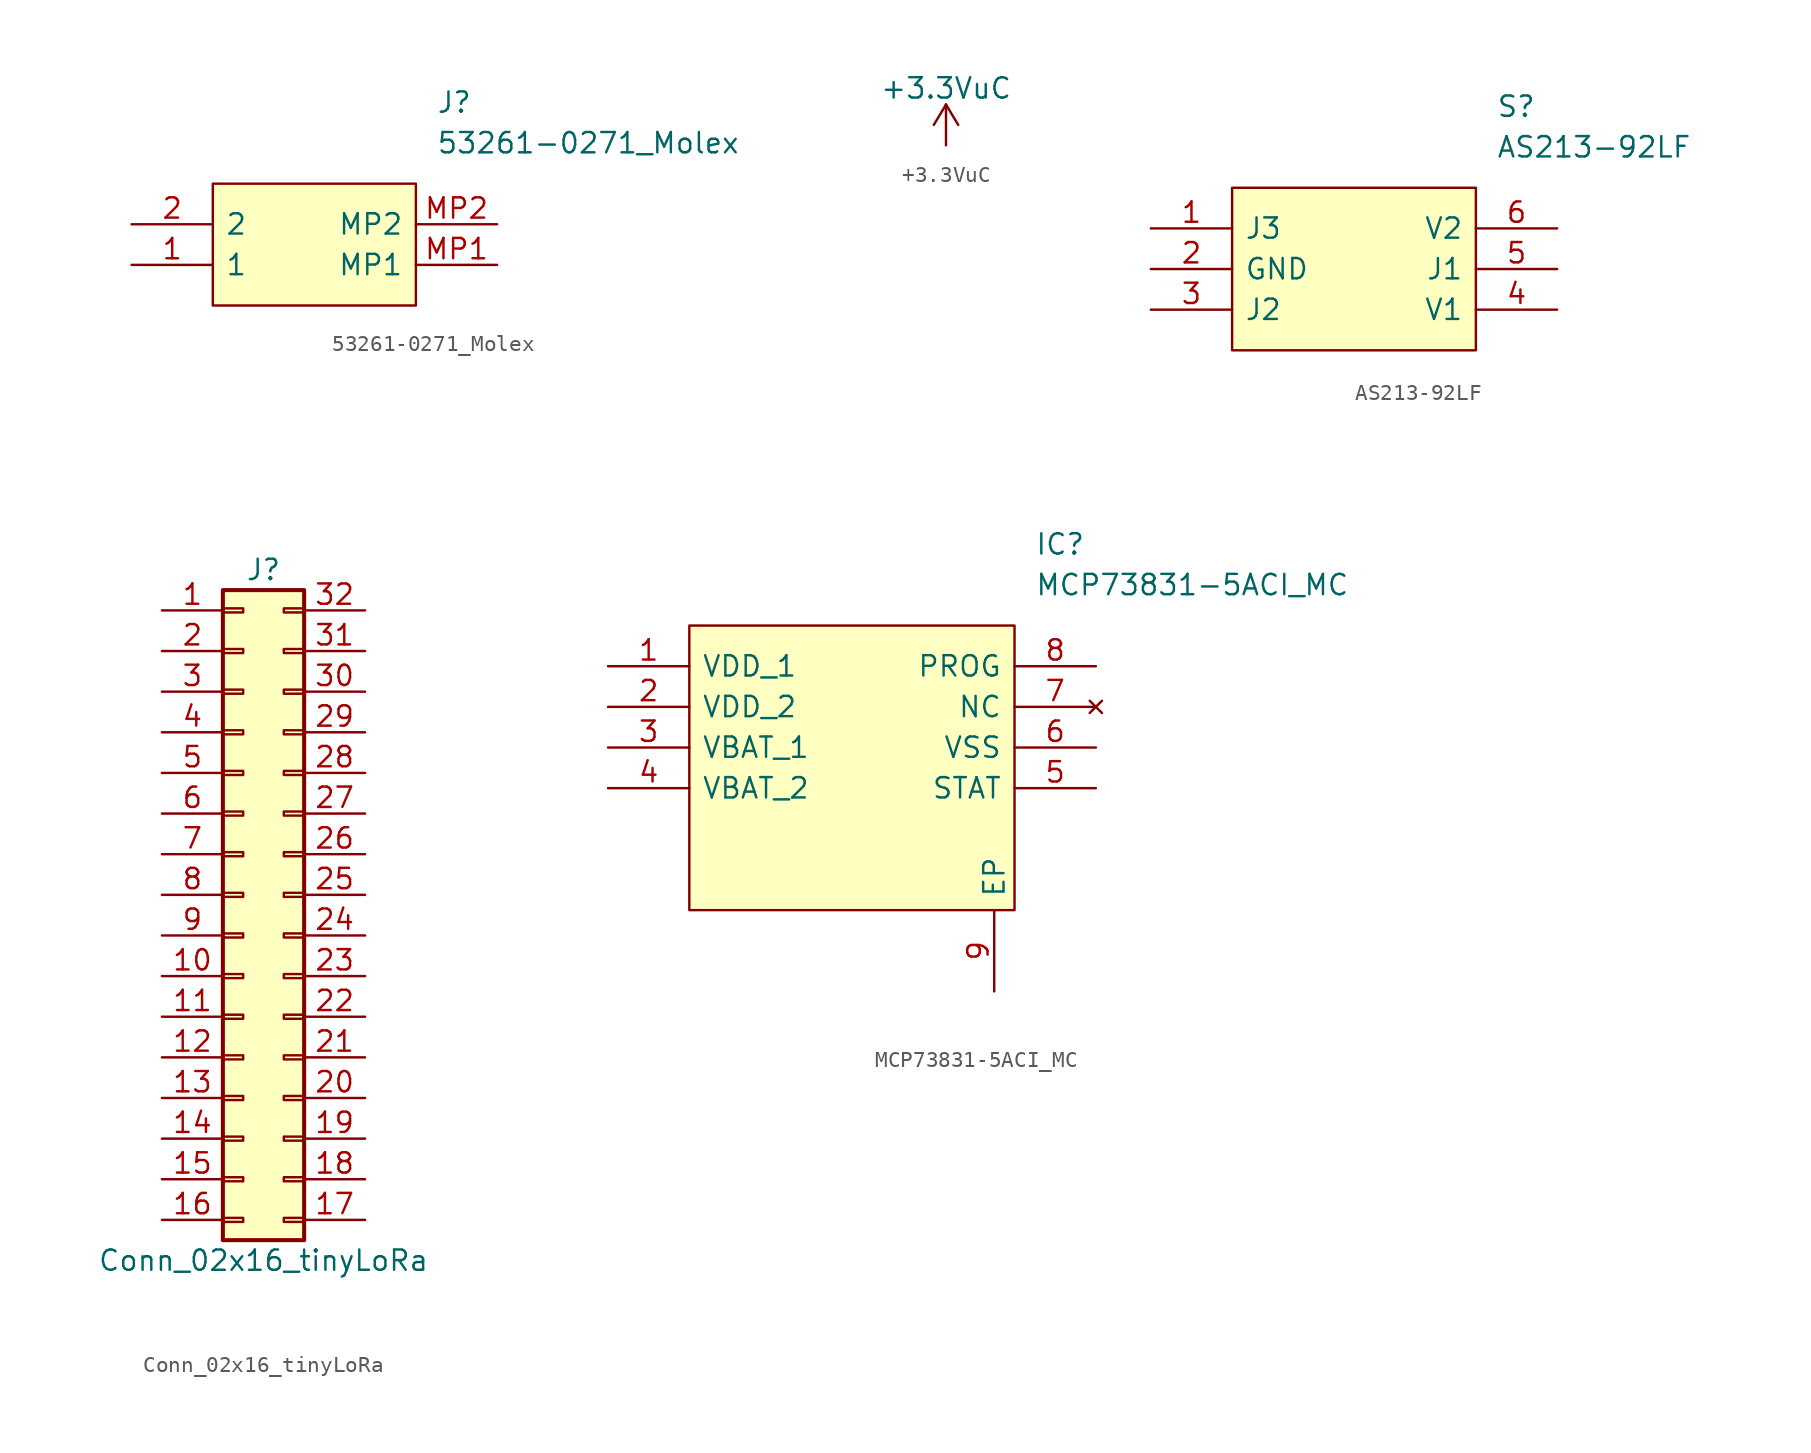
<source format=kicad_sym>
(kicad_symbol_lib
  (version 20211014)
  (generator kicad_symbol_editor)
  (symbol "53261-0271_Molex"
    (pin_names
      (offset 0.762))
    (property "Reference" "J"
      (at 19.05 7.62 0)
      (effects (font (size 1.27 1.27)) (justify left)))
    (property "Value" "53261-0271_Molex"
      (at 19.05 5.08 0)
      (effects (font (size 1.27 1.27)) (justify left)))
    (symbol "53261-0271_Molex_0_0"
      (pin passive line (at 0 -2.54 0) (length 5.08) (name "1" (effects (font (size 1.27 1.27)))) (number "1" (effects (font (size 1.27 1.27)))))
      (pin passive line (at 0 0 0) (length 5.08) (name "2" (effects (font (size 1.27 1.27)))) (number "2" (effects (font (size 1.27 1.27)))))
      (pin passive line (at 22.86 -2.54 180) (length 5.08) (name "MP1" (effects (font (size 1.27 1.27)))) (number "MP1" (effects (font (size 1.27 1.27)))))
      (pin passive line (at 22.86 0 180) (length 5.08) (name "MP2" (effects (font (size 1.27 1.27)))) (number "MP2" (effects (font (size 1.27 1.27))))))
    (symbol "53261-0271_Molex_0_1"
      (polyline (pts (xy 5.08 2.54) (xy 17.78 2.54) (xy 17.78 -5.08) (xy 5.08 -5.08) (xy 5.08 2.54)) (stroke (width 0.152) (type default) (color 0 0 0 0)) (fill (type background)))))
  (symbol "+3.3VuC"
    (power)
    (pin_names
      (offset 0))
    (property "Reference" "#PWR"
      (at 0 -3.81 0)
      (effects (font (size 1.27 1.27)) hide))
    (property "Value" "+3.3VuC"
      (at 0 3.556 0)
      (effects (font (size 1.27 1.27))))
    (symbol "+3.3VuC_0_1"
      (polyline (pts (xy -0.762 1.27) (xy 0 2.54)) (stroke (width 0) (type default) (color 0 0 0 0)) (fill (type none)))
      (polyline (pts (xy 0 0) (xy 0 2.54)) (stroke (width 0) (type default) (color 0 0 0 0)) (fill (type none)))
      (polyline (pts (xy 0 2.54) (xy 0.762 1.27)) (stroke (width 0) (type default) (color 0 0 0 0)) (fill (type none))))
    (symbol "+3.3VuC_1_1"
      (pin power_in line (at 0 0 90) (length 0) hide (name "+3V3uC" (effects (font (size 1.27 1.27)))) (number "1" (effects (font (size 1.27 1.27)))))))
  (symbol "AS213-92LF"
    (pin_names
      (offset 0.762))
    (property "Reference" "S"
      (at 21.59 7.62 0)
      (effects (font (size 1.27 1.27)) (justify left)))
    (property "Value" "AS213-92LF"
      (at 21.59 5.08 0)
      (effects (font (size 1.27 1.27)) (justify left)))
    (symbol "AS213-92LF_0_0"
      (pin bidirectional line (at 0 0 0) (length 5.08) (name "J3" (effects (font (size 1.27 1.27)))) (number "1" (effects (font (size 1.27 1.27)))))
      (pin power_in line (at 0 -2.54 0) (length 5.08) (name "GND" (effects (font (size 1.27 1.27)))) (number "2" (effects (font (size 1.27 1.27)))))
      (pin bidirectional line (at 0 -5.08 0) (length 5.08) (name "J2" (effects (font (size 1.27 1.27)))) (number "3" (effects (font (size 1.27 1.27)))))
      (pin power_in line (at 25.4 -5.08 180) (length 5.08) (name "V1" (effects (font (size 1.27 1.27)))) (number "4" (effects (font (size 1.27 1.27)))))
      (pin bidirectional line (at 25.4 -2.54 180) (length 5.08) (name "J1" (effects (font (size 1.27 1.27)))) (number "5" (effects (font (size 1.27 1.27)))))
      (pin power_in line (at 25.4 0 180) (length 5.08) (name "V2" (effects (font (size 1.27 1.27)))) (number "6" (effects (font (size 1.27 1.27))))))
    (symbol "AS213-92LF_0_1"
      (polyline (pts (xy 5.08 2.54) (xy 20.32 2.54) (xy 20.32 -7.62) (xy 5.08 -7.62) (xy 5.08 2.54)) (stroke (width 0.152) (type default) (color 0 0 0 0)) (fill (type background)))))
  (symbol "Conn_02x16_tinyLoRa"
    (pin_names
      (offset 1.016) hide)
    (property "Reference" "J"
      (at 1.27 20.32 0)
      (effects (font (size 1.27 1.27))))
    (property "Value" "Conn_02x16_tinyLoRa"
      (at 1.27 -22.86 0)
      (effects (font (size 1.27 1.27))))
    (symbol "Conn_02x16_tinyLoRa_1_1"
      (rectangle (start -1.27 -20.193) (end 0 -20.447) (stroke (width 0.152) (type default) (color 0 0 0 0)) (fill (type none)))
      (rectangle (start -1.27 -17.653) (end 0 -17.907) (stroke (width 0.152) (type default) (color 0 0 0 0)) (fill (type none)))
      (rectangle (start -1.27 -15.113) (end 0 -15.367) (stroke (width 0.152) (type default) (color 0 0 0 0)) (fill (type none)))
      (rectangle (start -1.27 -12.573) (end 0 -12.827) (stroke (width 0.152) (type default) (color 0 0 0 0)) (fill (type none)))
      (rectangle (start -1.27 -10.033) (end 0 -10.287) (stroke (width 0.152) (type default) (color 0 0 0 0)) (fill (type none)))
      (rectangle (start -1.27 -7.493) (end 0 -7.747) (stroke (width 0.152) (type default) (color 0 0 0 0)) (fill (type none)))
      (rectangle (start -1.27 -4.953) (end 0 -5.207) (stroke (width 0.152) (type default) (color 0 0 0 0)) (fill (type none)))
      (rectangle (start -1.27 -2.413) (end 0 -2.667) (stroke (width 0.152) (type default) (color 0 0 0 0)) (fill (type none)))
      (rectangle (start -1.27 0.127) (end 0 -0.127) (stroke (width 0.152) (type default) (color 0 0 0 0)) (fill (type none)))
      (rectangle (start -1.27 2.667) (end 0 2.413) (stroke (width 0.152) (type default) (color 0 0 0 0)) (fill (type none)))
      (rectangle (start -1.27 5.207) (end 0 4.953) (stroke (width 0.152) (type default) (color 0 0 0 0)) (fill (type none)))
      (rectangle (start -1.27 7.747) (end 0 7.493) (stroke (width 0.152) (type default) (color 0 0 0 0)) (fill (type none)))
      (rectangle (start -1.27 10.287) (end 0 10.033) (stroke (width 0.152) (type default) (color 0 0 0 0)) (fill (type none)))
      (rectangle (start -1.27 12.827) (end 0 12.573) (stroke (width 0.152) (type default) (color 0 0 0 0)) (fill (type none)))
      (rectangle (start -1.27 15.367) (end 0 15.113) (stroke (width 0.152) (type default) (color 0 0 0 0)) (fill (type none)))
      (rectangle (start -1.27 17.907) (end 0 17.653) (stroke (width 0.152) (type default) (color 0 0 0 0)) (fill (type none)))
      (rectangle (start -1.27 19.05) (end 3.81 -21.59) (stroke (width 0.254) (type default) (color 0 0 0 0)) (fill (type background)))
      (rectangle (start 3.81 -20.193) (end 2.54 -20.447) (stroke (width 0.152) (type default) (color 0 0 0 0)) (fill (type none)))
      (rectangle (start 3.81 -17.653) (end 2.54 -17.907) (stroke (width 0.152) (type default) (color 0 0 0 0)) (fill (type none)))
      (rectangle (start 3.81 -15.113) (end 2.54 -15.367) (stroke (width 0.152) (type default) (color 0 0 0 0)) (fill (type none)))
      (rectangle (start 3.81 -12.573) (end 2.54 -12.827) (stroke (width 0.152) (type default) (color 0 0 0 0)) (fill (type none)))
      (rectangle (start 3.81 -10.033) (end 2.54 -10.287) (stroke (width 0.152) (type default) (color 0 0 0 0)) (fill (type none)))
      (rectangle (start 3.81 -7.493) (end 2.54 -7.747) (stroke (width 0.152) (type default) (color 0 0 0 0)) (fill (type none)))
      (rectangle (start 3.81 -4.953) (end 2.54 -5.207) (stroke (width 0.152) (type default) (color 0 0 0 0)) (fill (type none)))
      (rectangle (start 3.81 -2.413) (end 2.54 -2.667) (stroke (width 0.152) (type default) (color 0 0 0 0)) (fill (type none)))
      (rectangle (start 3.81 0.127) (end 2.54 -0.127) (stroke (width 0.152) (type default) (color 0 0 0 0)) (fill (type none)))
      (rectangle (start 3.81 2.667) (end 2.54 2.413) (stroke (width 0.152) (type default) (color 0 0 0 0)) (fill (type none)))
      (rectangle (start 3.81 5.207) (end 2.54 4.953) (stroke (width 0.152) (type default) (color 0 0 0 0)) (fill (type none)))
      (rectangle (start 3.81 7.747) (end 2.54 7.493) (stroke (width 0.152) (type default) (color 0 0 0 0)) (fill (type none)))
      (rectangle (start 3.81 10.287) (end 2.54 10.033) (stroke (width 0.152) (type default) (color 0 0 0 0)) (fill (type none)))
      (rectangle (start 3.81 12.827) (end 2.54 12.573) (stroke (width 0.152) (type default) (color 0 0 0 0)) (fill (type none)))
      (rectangle (start 3.81 15.367) (end 2.54 15.113) (stroke (width 0.152) (type default) (color 0 0 0 0)) (fill (type none)))
      (rectangle (start 3.81 17.907) (end 2.54 17.653) (stroke (width 0.152) (type default) (color 0 0 0 0)) (fill (type none)))
      (pin passive line (at -5.08 17.78 0) (length 3.81) (name "Pin_1" (effects (font (size 1.27 1.27)))) (number "1" (effects (font (size 1.27 1.27)))))
      (pin passive line (at -5.08 -5.08 0) (length 3.81) (name "Pin_10" (effects (font (size 1.27 1.27)))) (number "10" (effects (font (size 1.27 1.27)))))
      (pin passive line (at -5.08 -7.62 0) (length 3.81) (name "Pin_11" (effects (font (size 1.27 1.27)))) (number "11" (effects (font (size 1.27 1.27)))))
      (pin passive line (at -5.08 -10.16 0) (length 3.81) (name "Pin_12" (effects (font (size 1.27 1.27)))) (number "12" (effects (font (size 1.27 1.27)))))
      (pin passive line (at -5.08 -12.7 0) (length 3.81) (name "Pin_13" (effects (font (size 1.27 1.27)))) (number "13" (effects (font (size 1.27 1.27)))))
      (pin passive line (at -5.08 -15.24 0) (length 3.81) (name "Pin_14" (effects (font (size 1.27 1.27)))) (number "14" (effects (font (size 1.27 1.27)))))
      (pin passive line (at -5.08 -17.78 0) (length 3.81) (name "Pin_15" (effects (font (size 1.27 1.27)))) (number "15" (effects (font (size 1.27 1.27)))))
      (pin passive line (at -5.08 -20.32 0) (length 3.81) (name "Pin_16" (effects (font (size 1.27 1.27)))) (number "16" (effects (font (size 1.27 1.27)))))
      (pin passive line (at 7.62 -20.32 180) (length 3.81) (name "Pin_17" (effects (font (size 1.27 1.27)))) (number "17" (effects (font (size 1.27 1.27)))))
      (pin passive line (at 7.62 -17.78 180) (length 3.81) (name "Pin_18" (effects (font (size 1.27 1.27)))) (number "18" (effects (font (size 1.27 1.27)))))
      (pin passive line (at 7.62 -15.24 180) (length 3.81) (name "Pin_19" (effects (font (size 1.27 1.27)))) (number "19" (effects (font (size 1.27 1.27)))))
      (pin passive line (at -5.08 15.24 0) (length 3.81) (name "Pin_2" (effects (font (size 1.27 1.27)))) (number "2" (effects (font (size 1.27 1.27)))))
      (pin passive line (at 7.62 -12.7 180) (length 3.81) (name "Pin_20" (effects (font (size 1.27 1.27)))) (number "20" (effects (font (size 1.27 1.27)))))
      (pin passive line (at 7.62 -10.16 180) (length 3.81) (name "Pin_21" (effects (font (size 1.27 1.27)))) (number "21" (effects (font (size 1.27 1.27)))))
      (pin passive line (at 7.62 -7.62 180) (length 3.81) (name "Pin_22" (effects (font (size 1.27 1.27)))) (number "22" (effects (font (size 1.27 1.27)))))
      (pin passive line (at 7.62 -5.08 180) (length 3.81) (name "Pin_23" (effects (font (size 1.27 1.27)))) (number "23" (effects (font (size 1.27 1.27)))))
      (pin passive line (at 7.62 -2.54 180) (length 3.81) (name "Pin_24" (effects (font (size 1.27 1.27)))) (number "24" (effects (font (size 1.27 1.27)))))
      (pin passive line (at 7.62 0 180) (length 3.81) (name "Pin_25" (effects (font (size 1.27 1.27)))) (number "25" (effects (font (size 1.27 1.27)))))
      (pin passive line (at 7.62 2.54 180) (length 3.81) (name "Pin_26" (effects (font (size 1.27 1.27)))) (number "26" (effects (font (size 1.27 1.27)))))
      (pin passive line (at 7.62 5.08 180) (length 3.81) (name "Pin_27" (effects (font (size 1.27 1.27)))) (number "27" (effects (font (size 1.27 1.27)))))
      (pin passive line (at 7.62 7.62 180) (length 3.81) (name "Pin_28" (effects (font (size 1.27 1.27)))) (number "28" (effects (font (size 1.27 1.27)))))
      (pin passive line (at 7.62 10.16 180) (length 3.81) (name "Pin_29" (effects (font (size 1.27 1.27)))) (number "29" (effects (font (size 1.27 1.27)))))
      (pin passive line (at -5.08 12.7 0) (length 3.81) (name "Pin_3" (effects (font (size 1.27 1.27)))) (number "3" (effects (font (size 1.27 1.27)))))
      (pin passive line (at 7.62 12.7 180) (length 3.81) (name "Pin_30" (effects (font (size 1.27 1.27)))) (number "30" (effects (font (size 1.27 1.27)))))
      (pin passive line (at 7.62 15.24 180) (length 3.81) (name "Pin_31" (effects (font (size 1.27 1.27)))) (number "31" (effects (font (size 1.27 1.27)))))
      (pin passive line (at 7.62 17.78 180) (length 3.81) (name "Pin_32" (effects (font (size 1.27 1.27)))) (number "32" (effects (font (size 1.27 1.27)))))
      (pin passive line (at -5.08 10.16 0) (length 3.81) (name "Pin_4" (effects (font (size 1.27 1.27)))) (number "4" (effects (font (size 1.27 1.27)))))
      (pin passive line (at -5.08 7.62 0) (length 3.81) (name "Pin_5" (effects (font (size 1.27 1.27)))) (number "5" (effects (font (size 1.27 1.27)))))
      (pin passive line (at -5.08 5.08 0) (length 3.81) (name "Pin_6" (effects (font (size 1.27 1.27)))) (number "6" (effects (font (size 1.27 1.27)))))
      (pin passive line (at -5.08 2.54 0) (length 3.81) (name "Pin_7" (effects (font (size 1.27 1.27)))) (number "7" (effects (font (size 1.27 1.27)))))
      (pin passive line (at -5.08 0 0) (length 3.81) (name "Pin_8" (effects (font (size 1.27 1.27)))) (number "8" (effects (font (size 1.27 1.27)))))
      (pin passive line (at -5.08 -2.54 0) (length 3.81) (name "Pin_9" (effects (font (size 1.27 1.27)))) (number "9" (effects (font (size 1.27 1.27)))))))
  (symbol "MCP73831-5ACI_MC"
    (pin_names
      (offset 0.762))
    (property "Reference" "IC"
      (at 26.67 7.62 0)
      (effects (font (size 1.27 1.27)) (justify left)))
    (property "Value" "MCP73831-5ACI_MC"
      (at 26.67 5.08 0)
      (effects (font (size 1.27 1.27)) (justify left)))
    (symbol "MCP73831-5ACI_MC_0_0"
      (pin passive line (at 0 0 0) (length 5.08) (name "VDD_1" (effects (font (size 1.27 1.27)))) (number "1" (effects (font (size 1.27 1.27)))))
      (pin passive line (at 0 -2.54 0) (length 5.08) (name "VDD_2" (effects (font (size 1.27 1.27)))) (number "2" (effects (font (size 1.27 1.27)))))
      (pin passive line (at 0 -5.08 0) (length 5.08) (name "VBAT_1" (effects (font (size 1.27 1.27)))) (number "3" (effects (font (size 1.27 1.27)))))
      (pin passive line (at 0 -7.62 0) (length 5.08) (name "VBAT_2" (effects (font (size 1.27 1.27)))) (number "4" (effects (font (size 1.27 1.27)))))
      (pin passive line (at 30.48 -7.62 180) (length 5.08) (name "STAT" (effects (font (size 1.27 1.27)))) (number "5" (effects (font (size 1.27 1.27)))))
      (pin passive line (at 30.48 -5.08 180) (length 5.08) (name "VSS" (effects (font (size 1.27 1.27)))) (number "6" (effects (font (size 1.27 1.27)))))
      (pin no_connect line (at 30.48 -2.54 180) (length 5.08) (name "NC" (effects (font (size 1.27 1.27)))) (number "7" (effects (font (size 1.27 1.27)))))
      (pin passive line (at 30.48 0 180) (length 5.08) (name "PROG" (effects (font (size 1.27 1.27)))) (number "8" (effects (font (size 1.27 1.27)))))
      (pin passive line (at 24.13 -20.32 90) (length 5.08) (name "EP" (effects (font (size 1.27 1.27)))) (number "9" (effects (font (size 1.27 1.27))))))
    (symbol "MCP73831-5ACI_MC_0_1"
      (polyline (pts (xy 5.08 2.54) (xy 25.4 2.54) (xy 25.4 -15.24) (xy 5.08 -15.24) (xy 5.08 2.54)) (stroke (width 0.152) (type default) (color 0 0 0 0)) (fill (type background))))))
</source>
